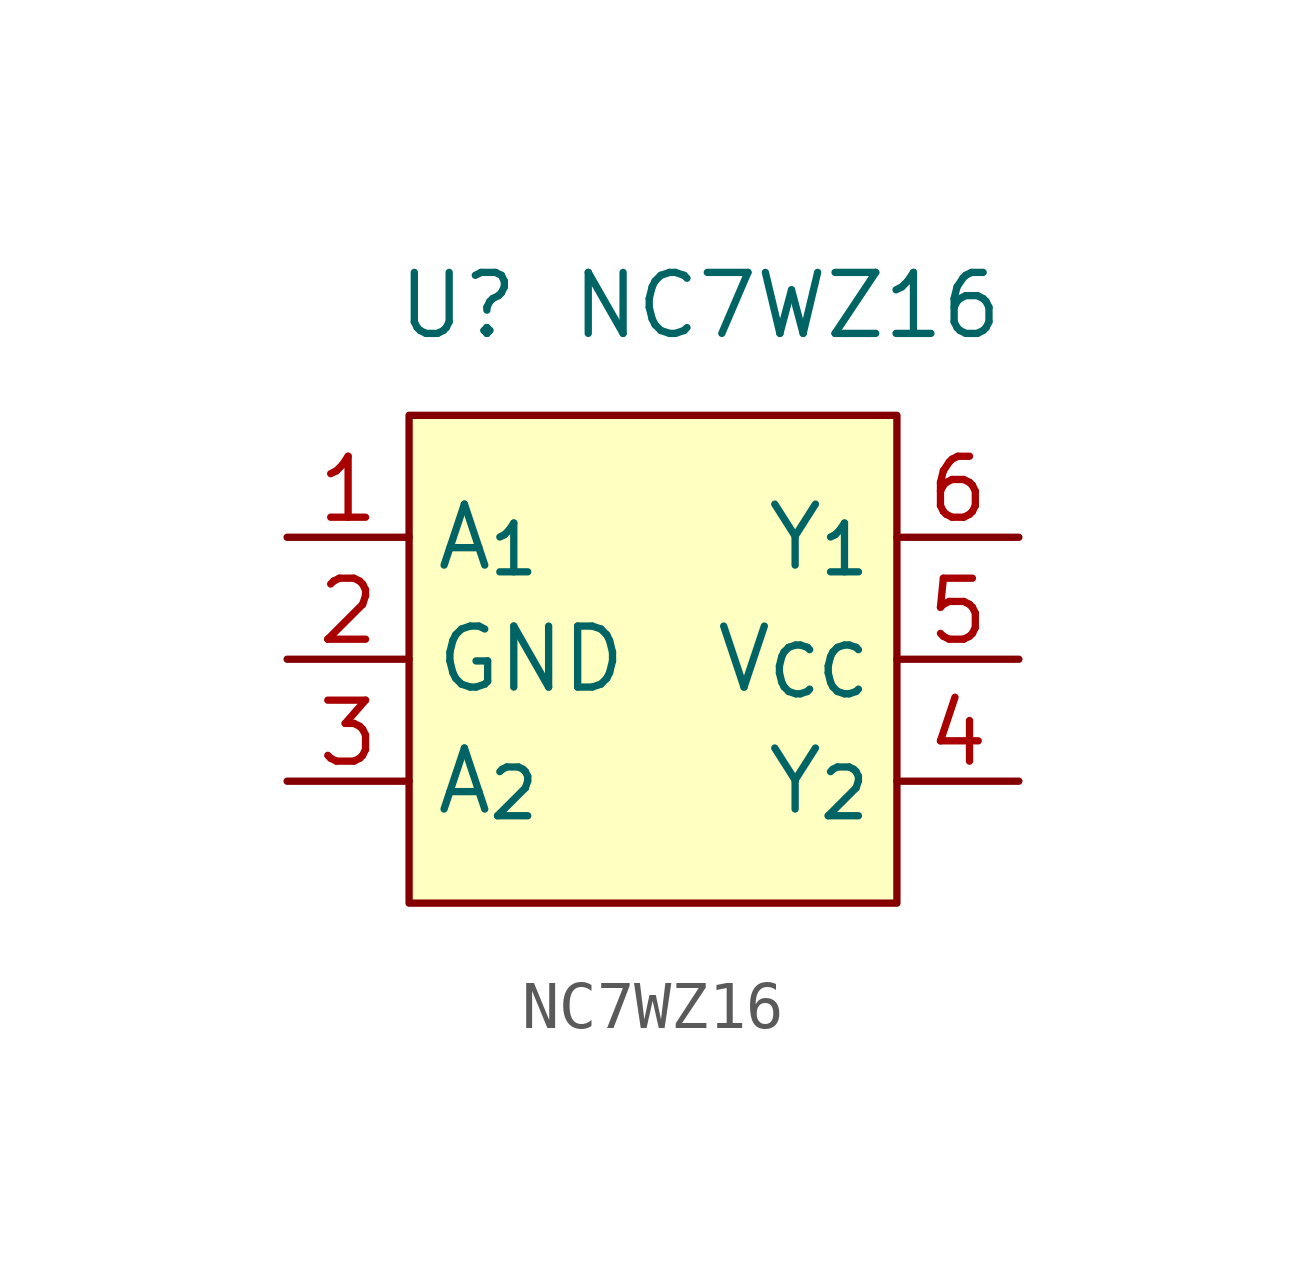
<source format=kicad_sym>
(kicad_symbol_lib
  (version 20241209)
  (generator "kicad_symbol_editor")
  (generator_version "9.0")
  (symbol "NC7WZ16"
    (property "Reference" "U"
      (at -4.064 7.366 0)
      (effects (font (size 1.27 1.27))))
    (property "Value" "NC7WZ16"
      (at 2.794 7.366 0)
      (effects (font (size 1.27 1.27))))
    (symbol "NC7WZ16_1_1"
      (rectangle (start -5.08 5.08) (end 5.08 -5.08) (stroke (width 0) (type solid)) (fill (type background)))
      (pin passive line (at -7.62 2.54 0) (length 2.54) (name "A_{1}" (effects (font (size 1.27 1.27)))) (number "1" (effects (font (size 1.27 1.27)))))
      (pin passive line (at -7.62 0 0) (length 2.54) (name "GND" (effects (font (size 1.27 1.27)))) (number "2" (effects (font (size 1.27 1.27)))))
      (pin passive line (at -7.62 -2.54 0) (length 2.54) (name "A_{2}" (effects (font (size 1.27 1.27)))) (number "3" (effects (font (size 1.27 1.27)))))
      (pin passive line (at 7.62 2.54 180) (length 2.54) (name "Y_{1}" (effects (font (size 1.27 1.27)))) (number "6" (effects (font (size 1.27 1.27)))))
      (pin passive line (at 7.62 0 180) (length 2.54) (name "V_{CC}" (effects (font (size 1.27 1.27)))) (number "5" (effects (font (size 1.27 1.27)))))
      (pin passive line (at 7.62 -2.54 180) (length 2.54) (name "Y_{2}" (effects (font (size 1.27 1.27)))) (number "4" (effects (font (size 1.27 1.27))))))))
</source>
